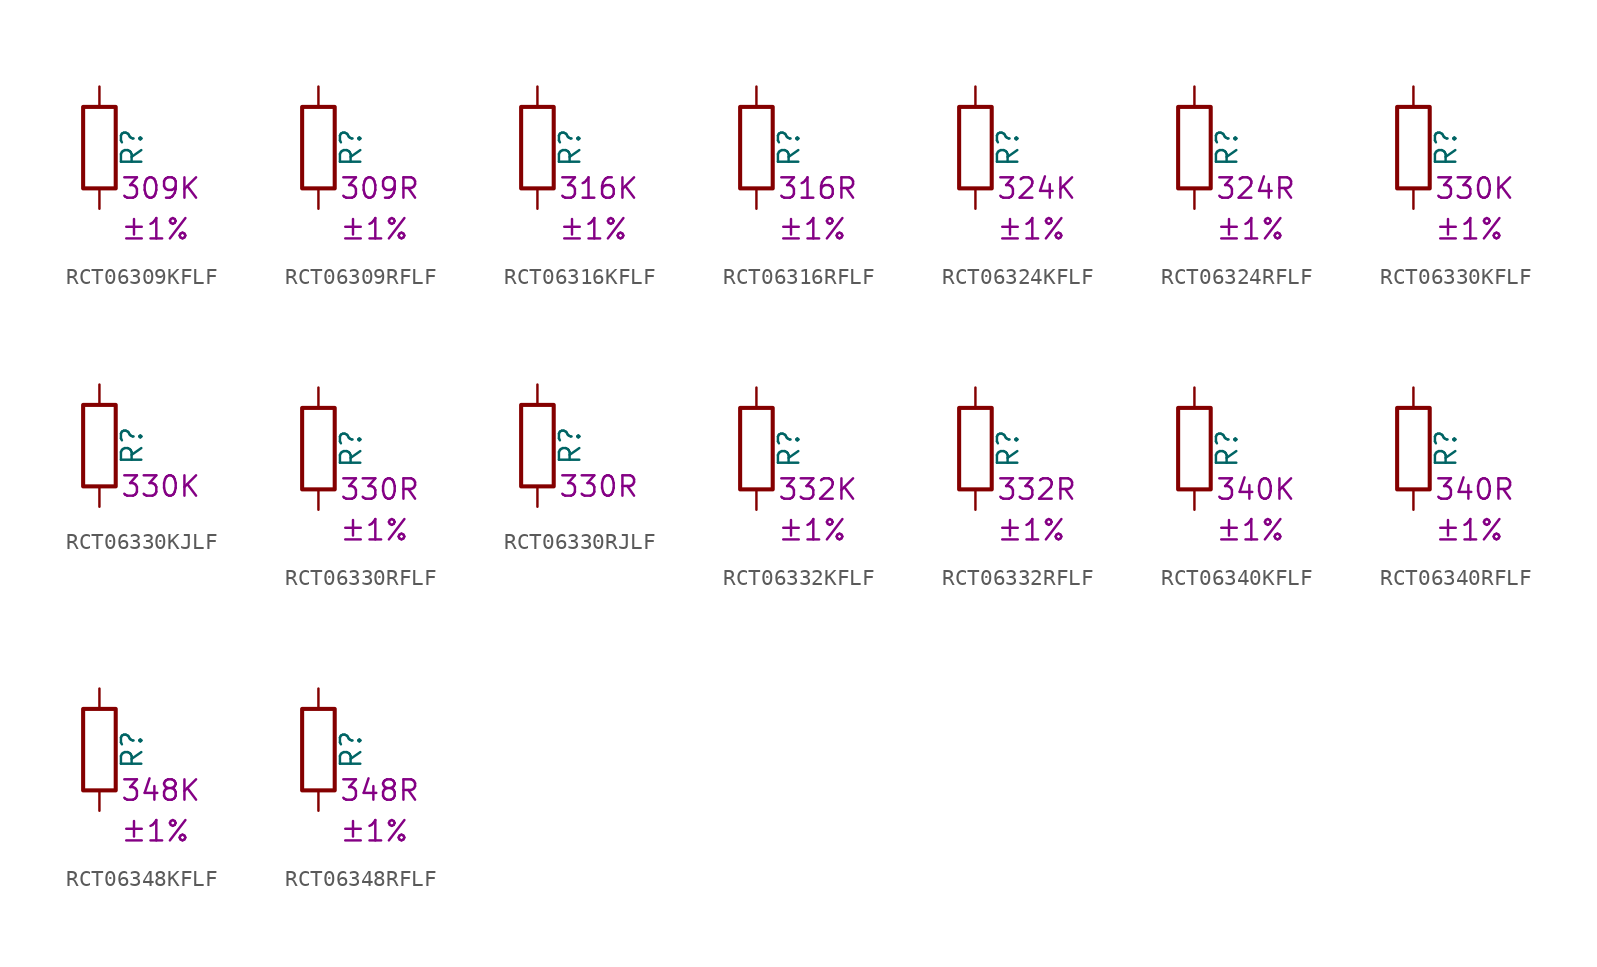
<source format=kicad_sym>
(kicad_symbol_lib
  (version 20220914)
  (generator kicad_symbol_editor)
  (symbol "RCT06309KFLF"
    (pin_numbers hide)
    (pin_names
      (offset 0))
    (property "Reference" "R"
      (at 2.032 0 90)
      (effects (font (size 1.27 1.27))))
    (property "Resistance" "309K"
      (at 1.27 -2.54 0)
      (effects (font (size 1.27 1.27)) (justify left)))
    (property "Tolerance" "±1%"
      (at 1.27 -5.08 0)
      (effects (font (size 1.27 1.27)) (justify left)))
    (symbol "RCT06309KFLF_0_1"
      (rectangle (start -1.016 -2.54) (end 1.016 2.54) (stroke (width 0.254) (type default)) (fill (type none))))
    (symbol "RCT06309KFLF_1_1"
      (pin passive line (at 0 3.81 270) (length 1.27) (name "~" (effects (font (size 1.27 1.27)))) (number "1" (effects (font (size 1.27 1.27)))))
      (pin passive line (at 0 -3.81 90) (length 1.27) (name "~" (effects (font (size 1.27 1.27)))) (number "2" (effects (font (size 1.27 1.27)))))))
  (symbol "RCT06309RFLF"
    (pin_numbers hide)
    (pin_names
      (offset 0))
    (property "Reference" "R"
      (at 2.032 0 90)
      (effects (font (size 1.27 1.27))))
    (property "Resistance" "309R"
      (at 1.27 -2.54 0)
      (effects (font (size 1.27 1.27)) (justify left)))
    (property "Tolerance" "±1%"
      (at 1.27 -5.08 0)
      (effects (font (size 1.27 1.27)) (justify left)))
    (symbol "RCT06309RFLF_0_1"
      (rectangle (start -1.016 -2.54) (end 1.016 2.54) (stroke (width 0.254) (type default)) (fill (type none))))
    (symbol "RCT06309RFLF_1_1"
      (pin passive line (at 0 3.81 270) (length 1.27) (name "~" (effects (font (size 1.27 1.27)))) (number "1" (effects (font (size 1.27 1.27)))))
      (pin passive line (at 0 -3.81 90) (length 1.27) (name "~" (effects (font (size 1.27 1.27)))) (number "2" (effects (font (size 1.27 1.27)))))))
  (symbol "RCT06316KFLF"
    (pin_numbers hide)
    (pin_names
      (offset 0))
    (property "Reference" "R"
      (at 2.032 0 90)
      (effects (font (size 1.27 1.27))))
    (property "Resistance" "316K"
      (at 1.27 -2.54 0)
      (effects (font (size 1.27 1.27)) (justify left)))
    (property "Tolerance" "±1%"
      (at 1.27 -5.08 0)
      (effects (font (size 1.27 1.27)) (justify left)))
    (symbol "RCT06316KFLF_0_1"
      (rectangle (start -1.016 -2.54) (end 1.016 2.54) (stroke (width 0.254) (type default)) (fill (type none))))
    (symbol "RCT06316KFLF_1_1"
      (pin passive line (at 0 3.81 270) (length 1.27) (name "~" (effects (font (size 1.27 1.27)))) (number "1" (effects (font (size 1.27 1.27)))))
      (pin passive line (at 0 -3.81 90) (length 1.27) (name "~" (effects (font (size 1.27 1.27)))) (number "2" (effects (font (size 1.27 1.27)))))))
  (symbol "RCT06316RFLF"
    (pin_numbers hide)
    (pin_names
      (offset 0))
    (property "Reference" "R"
      (at 2.032 0 90)
      (effects (font (size 1.27 1.27))))
    (property "Resistance" "316R"
      (at 1.27 -2.54 0)
      (effects (font (size 1.27 1.27)) (justify left)))
    (property "Tolerance" "±1%"
      (at 1.27 -5.08 0)
      (effects (font (size 1.27 1.27)) (justify left)))
    (symbol "RCT06316RFLF_0_1"
      (rectangle (start -1.016 -2.54) (end 1.016 2.54) (stroke (width 0.254) (type default)) (fill (type none))))
    (symbol "RCT06316RFLF_1_1"
      (pin passive line (at 0 3.81 270) (length 1.27) (name "~" (effects (font (size 1.27 1.27)))) (number "1" (effects (font (size 1.27 1.27)))))
      (pin passive line (at 0 -3.81 90) (length 1.27) (name "~" (effects (font (size 1.27 1.27)))) (number "2" (effects (font (size 1.27 1.27)))))))
  (symbol "RCT06324KFLF"
    (pin_numbers hide)
    (pin_names
      (offset 0))
    (property "Reference" "R"
      (at 2.032 0 90)
      (effects (font (size 1.27 1.27))))
    (property "Resistance" "324K"
      (at 1.27 -2.54 0)
      (effects (font (size 1.27 1.27)) (justify left)))
    (property "Tolerance" "±1%"
      (at 1.27 -5.08 0)
      (effects (font (size 1.27 1.27)) (justify left)))
    (symbol "RCT06324KFLF_0_1"
      (rectangle (start -1.016 -2.54) (end 1.016 2.54) (stroke (width 0.254) (type default)) (fill (type none))))
    (symbol "RCT06324KFLF_1_1"
      (pin passive line (at 0 3.81 270) (length 1.27) (name "~" (effects (font (size 1.27 1.27)))) (number "1" (effects (font (size 1.27 1.27)))))
      (pin passive line (at 0 -3.81 90) (length 1.27) (name "~" (effects (font (size 1.27 1.27)))) (number "2" (effects (font (size 1.27 1.27)))))))
  (symbol "RCT06324RFLF"
    (pin_numbers hide)
    (pin_names
      (offset 0))
    (property "Reference" "R"
      (at 2.032 0 90)
      (effects (font (size 1.27 1.27))))
    (property "Resistance" "324R"
      (at 1.27 -2.54 0)
      (effects (font (size 1.27 1.27)) (justify left)))
    (property "Tolerance" "±1%"
      (at 1.27 -5.08 0)
      (effects (font (size 1.27 1.27)) (justify left)))
    (symbol "RCT06324RFLF_0_1"
      (rectangle (start -1.016 -2.54) (end 1.016 2.54) (stroke (width 0.254) (type default)) (fill (type none))))
    (symbol "RCT06324RFLF_1_1"
      (pin passive line (at 0 3.81 270) (length 1.27) (name "~" (effects (font (size 1.27 1.27)))) (number "1" (effects (font (size 1.27 1.27)))))
      (pin passive line (at 0 -3.81 90) (length 1.27) (name "~" (effects (font (size 1.27 1.27)))) (number "2" (effects (font (size 1.27 1.27)))))))
  (symbol "RCT06330KFLF"
    (pin_numbers hide)
    (pin_names
      (offset 0))
    (property "Reference" "R"
      (at 2.032 0 90)
      (effects (font (size 1.27 1.27))))
    (property "Resistance" "330K"
      (at 1.27 -2.54 0)
      (effects (font (size 1.27 1.27)) (justify left)))
    (property "Tolerance" "±1%"
      (at 1.27 -5.08 0)
      (effects (font (size 1.27 1.27)) (justify left)))
    (symbol "RCT06330KFLF_0_1"
      (rectangle (start -1.016 -2.54) (end 1.016 2.54) (stroke (width 0.254) (type default)) (fill (type none))))
    (symbol "RCT06330KFLF_1_1"
      (pin passive line (at 0 3.81 270) (length 1.27) (name "~" (effects (font (size 1.27 1.27)))) (number "1" (effects (font (size 1.27 1.27)))))
      (pin passive line (at 0 -3.81 90) (length 1.27) (name "~" (effects (font (size 1.27 1.27)))) (number "2" (effects (font (size 1.27 1.27)))))))
  (symbol "RCT06330KJLF"
    (pin_numbers hide)
    (pin_names
      (offset 0))
    (property "Reference" "R"
      (at 2.032 0 90)
      (effects (font (size 1.27 1.27))))
    (property "Resistance" "330K"
      (at 1.27 -2.54 0)
      (effects (font (size 1.27 1.27)) (justify left)))
    (symbol "RCT06330KJLF_0_1"
      (rectangle (start -1.016 -2.54) (end 1.016 2.54) (stroke (width 0.254) (type default)) (fill (type none))))
    (symbol "RCT06330KJLF_1_1"
      (pin passive line (at 0 3.81 270) (length 1.27) (name "~" (effects (font (size 1.27 1.27)))) (number "1" (effects (font (size 1.27 1.27)))))
      (pin passive line (at 0 -3.81 90) (length 1.27) (name "~" (effects (font (size 1.27 1.27)))) (number "2" (effects (font (size 1.27 1.27)))))))
  (symbol "RCT06330RFLF"
    (pin_numbers hide)
    (pin_names
      (offset 0))
    (property "Reference" "R"
      (at 2.032 0 90)
      (effects (font (size 1.27 1.27))))
    (property "Resistance" "330R"
      (at 1.27 -2.54 0)
      (effects (font (size 1.27 1.27)) (justify left)))
    (property "Tolerance" "±1%"
      (at 1.27 -5.08 0)
      (effects (font (size 1.27 1.27)) (justify left)))
    (symbol "RCT06330RFLF_0_1"
      (rectangle (start -1.016 -2.54) (end 1.016 2.54) (stroke (width 0.254) (type default)) (fill (type none))))
    (symbol "RCT06330RFLF_1_1"
      (pin passive line (at 0 3.81 270) (length 1.27) (name "~" (effects (font (size 1.27 1.27)))) (number "1" (effects (font (size 1.27 1.27)))))
      (pin passive line (at 0 -3.81 90) (length 1.27) (name "~" (effects (font (size 1.27 1.27)))) (number "2" (effects (font (size 1.27 1.27)))))))
  (symbol "RCT06330RJLF"
    (pin_numbers hide)
    (pin_names
      (offset 0))
    (property "Reference" "R"
      (at 2.032 0 90)
      (effects (font (size 1.27 1.27))))
    (property "Resistance" "330R"
      (at 1.27 -2.54 0)
      (effects (font (size 1.27 1.27)) (justify left)))
    (symbol "RCT06330RJLF_0_1"
      (rectangle (start -1.016 -2.54) (end 1.016 2.54) (stroke (width 0.254) (type default)) (fill (type none))))
    (symbol "RCT06330RJLF_1_1"
      (pin passive line (at 0 3.81 270) (length 1.27) (name "~" (effects (font (size 1.27 1.27)))) (number "1" (effects (font (size 1.27 1.27)))))
      (pin passive line (at 0 -3.81 90) (length 1.27) (name "~" (effects (font (size 1.27 1.27)))) (number "2" (effects (font (size 1.27 1.27)))))))
  (symbol "RCT06332KFLF"
    (pin_numbers hide)
    (pin_names
      (offset 0))
    (property "Reference" "R"
      (at 2.032 0 90)
      (effects (font (size 1.27 1.27))))
    (property "Resistance" "332K"
      (at 1.27 -2.54 0)
      (effects (font (size 1.27 1.27)) (justify left)))
    (property "Tolerance" "±1%"
      (at 1.27 -5.08 0)
      (effects (font (size 1.27 1.27)) (justify left)))
    (symbol "RCT06332KFLF_0_1"
      (rectangle (start -1.016 -2.54) (end 1.016 2.54) (stroke (width 0.254) (type default)) (fill (type none))))
    (symbol "RCT06332KFLF_1_1"
      (pin passive line (at 0 3.81 270) (length 1.27) (name "~" (effects (font (size 1.27 1.27)))) (number "1" (effects (font (size 1.27 1.27)))))
      (pin passive line (at 0 -3.81 90) (length 1.27) (name "~" (effects (font (size 1.27 1.27)))) (number "2" (effects (font (size 1.27 1.27)))))))
  (symbol "RCT06332RFLF"
    (pin_numbers hide)
    (pin_names
      (offset 0))
    (property "Reference" "R"
      (at 2.032 0 90)
      (effects (font (size 1.27 1.27))))
    (property "Resistance" "332R"
      (at 1.27 -2.54 0)
      (effects (font (size 1.27 1.27)) (justify left)))
    (property "Tolerance" "±1%"
      (at 1.27 -5.08 0)
      (effects (font (size 1.27 1.27)) (justify left)))
    (symbol "RCT06332RFLF_0_1"
      (rectangle (start -1.016 -2.54) (end 1.016 2.54) (stroke (width 0.254) (type default)) (fill (type none))))
    (symbol "RCT06332RFLF_1_1"
      (pin passive line (at 0 3.81 270) (length 1.27) (name "~" (effects (font (size 1.27 1.27)))) (number "1" (effects (font (size 1.27 1.27)))))
      (pin passive line (at 0 -3.81 90) (length 1.27) (name "~" (effects (font (size 1.27 1.27)))) (number "2" (effects (font (size 1.27 1.27)))))))
  (symbol "RCT06340KFLF"
    (pin_numbers hide)
    (pin_names
      (offset 0))
    (property "Reference" "R"
      (at 2.032 0 90)
      (effects (font (size 1.27 1.27))))
    (property "Resistance" "340K"
      (at 1.27 -2.54 0)
      (effects (font (size 1.27 1.27)) (justify left)))
    (property "Tolerance" "±1%"
      (at 1.27 -5.08 0)
      (effects (font (size 1.27 1.27)) (justify left)))
    (symbol "RCT06340KFLF_0_1"
      (rectangle (start -1.016 -2.54) (end 1.016 2.54) (stroke (width 0.254) (type default)) (fill (type none))))
    (symbol "RCT06340KFLF_1_1"
      (pin passive line (at 0 3.81 270) (length 1.27) (name "~" (effects (font (size 1.27 1.27)))) (number "1" (effects (font (size 1.27 1.27)))))
      (pin passive line (at 0 -3.81 90) (length 1.27) (name "~" (effects (font (size 1.27 1.27)))) (number "2" (effects (font (size 1.27 1.27)))))))
  (symbol "RCT06340RFLF"
    (pin_numbers hide)
    (pin_names
      (offset 0))
    (property "Reference" "R"
      (at 2.032 0 90)
      (effects (font (size 1.27 1.27))))
    (property "Resistance" "340R"
      (at 1.27 -2.54 0)
      (effects (font (size 1.27 1.27)) (justify left)))
    (property "Tolerance" "±1%"
      (at 1.27 -5.08 0)
      (effects (font (size 1.27 1.27)) (justify left)))
    (symbol "RCT06340RFLF_0_1"
      (rectangle (start -1.016 -2.54) (end 1.016 2.54) (stroke (width 0.254) (type default)) (fill (type none))))
    (symbol "RCT06340RFLF_1_1"
      (pin passive line (at 0 3.81 270) (length 1.27) (name "~" (effects (font (size 1.27 1.27)))) (number "1" (effects (font (size 1.27 1.27)))))
      (pin passive line (at 0 -3.81 90) (length 1.27) (name "~" (effects (font (size 1.27 1.27)))) (number "2" (effects (font (size 1.27 1.27)))))))
  (symbol "RCT06348KFLF"
    (pin_numbers hide)
    (pin_names
      (offset 0))
    (property "Reference" "R"
      (at 2.032 0 90)
      (effects (font (size 1.27 1.27))))
    (property "Resistance" "348K"
      (at 1.27 -2.54 0)
      (effects (font (size 1.27 1.27)) (justify left)))
    (property "Tolerance" "±1%"
      (at 1.27 -5.08 0)
      (effects (font (size 1.27 1.27)) (justify left)))
    (symbol "RCT06348KFLF_0_1"
      (rectangle (start -1.016 -2.54) (end 1.016 2.54) (stroke (width 0.254) (type default)) (fill (type none))))
    (symbol "RCT06348KFLF_1_1"
      (pin passive line (at 0 3.81 270) (length 1.27) (name "~" (effects (font (size 1.27 1.27)))) (number "1" (effects (font (size 1.27 1.27)))))
      (pin passive line (at 0 -3.81 90) (length 1.27) (name "~" (effects (font (size 1.27 1.27)))) (number "2" (effects (font (size 1.27 1.27)))))))
  (symbol "RCT06348RFLF"
    (pin_numbers hide)
    (pin_names
      (offset 0))
    (property "Reference" "R"
      (at 2.032 0 90)
      (effects (font (size 1.27 1.27))))
    (property "Resistance" "348R"
      (at 1.27 -2.54 0)
      (effects (font (size 1.27 1.27)) (justify left)))
    (property "Tolerance" "±1%"
      (at 1.27 -5.08 0)
      (effects (font (size 1.27 1.27)) (justify left)))
    (symbol "RCT06348RFLF_0_1"
      (rectangle (start -1.016 -2.54) (end 1.016 2.54) (stroke (width 0.254) (type default)) (fill (type none))))
    (symbol "RCT06348RFLF_1_1"
      (pin passive line (at 0 3.81 270) (length 1.27) (name "~" (effects (font (size 1.27 1.27)))) (number "1" (effects (font (size 1.27 1.27)))))
      (pin passive line (at 0 -3.81 90) (length 1.27) (name "~" (effects (font (size 1.27 1.27)))) (number "2" (effects (font (size 1.27 1.27))))))))
</source>
